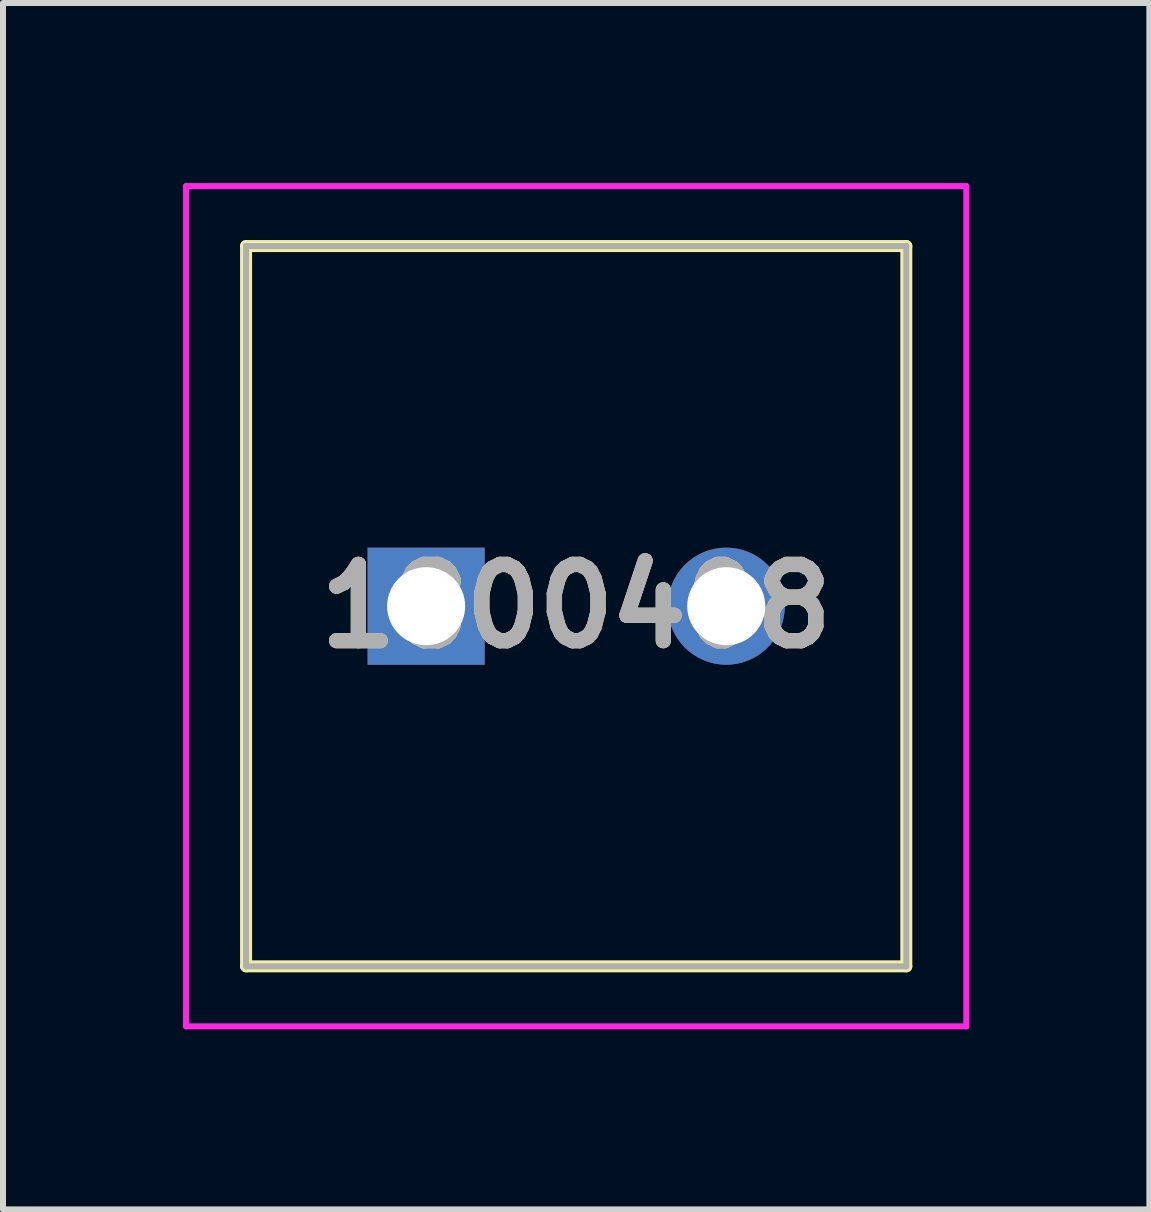
<source format=kicad_pcb>
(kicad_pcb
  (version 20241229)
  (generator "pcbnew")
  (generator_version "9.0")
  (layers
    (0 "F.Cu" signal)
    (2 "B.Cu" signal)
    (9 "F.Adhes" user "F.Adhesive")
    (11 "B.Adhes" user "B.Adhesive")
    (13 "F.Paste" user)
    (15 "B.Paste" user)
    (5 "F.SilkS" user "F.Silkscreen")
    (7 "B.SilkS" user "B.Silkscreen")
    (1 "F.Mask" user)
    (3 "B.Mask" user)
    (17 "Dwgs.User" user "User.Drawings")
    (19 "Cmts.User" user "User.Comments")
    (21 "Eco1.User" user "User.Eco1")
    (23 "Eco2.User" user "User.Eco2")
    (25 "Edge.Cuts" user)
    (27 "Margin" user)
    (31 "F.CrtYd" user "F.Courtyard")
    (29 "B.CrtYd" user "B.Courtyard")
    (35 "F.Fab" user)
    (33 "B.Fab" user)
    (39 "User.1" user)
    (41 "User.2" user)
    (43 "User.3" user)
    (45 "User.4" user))
  (footprint "1800408"
    (layer "F.Cu")
    (at 4.05 7.05)
    (property "Reference" "1800408" (at 2.5 0 0) (layer "F.SilkS") (effects (font (size 1.27 1.27) (thickness 0.254))))
    (attr through_hole)
    (fp_line (start -3 -6) (end 8 -6) (stroke (width 0.2) (type solid)) (layer "F.SilkS"))
    (fp_line (start -3 6) (end -3 -6) (stroke (width 0.2) (type solid)) (layer "F.SilkS"))
    (fp_line (start 8 -6) (end 8 6) (stroke (width 0.2) (type solid)) (layer "F.SilkS"))
    (fp_line (start 8 6) (end -3 6) (stroke (width 0.2) (type solid)) (layer "F.SilkS"))
    (fp_line (start -4 -7) (end 9 -7) (stroke (width 0.1) (type solid)) (layer "F.CrtYd"))
    (fp_line (start -4 7) (end -4 -7) (stroke (width 0.1) (type solid)) (layer "F.CrtYd"))
    (fp_line (start 9 -7) (end 9 7) (stroke (width 0.1) (type solid)) (layer "F.CrtYd"))
    (fp_line (start 9 7) (end -4 7) (stroke (width 0.1) (type solid)) (layer "F.CrtYd"))
    (fp_line (start -3 -6) (end -3 6) (stroke (width 0.1) (type solid)) (layer "F.Fab"))
    (fp_line (start -3 6) (end 8 6) (stroke (width 0.1) (type solid)) (layer "F.Fab"))
    (fp_line (start 8 -6) (end -3 -6) (stroke (width 0.1) (type solid)) (layer "F.Fab"))
    (fp_line (start 8 6) (end 8 -6) (stroke (width 0.1) (type solid)) (layer "F.Fab"))
    (fp_text user "${REFERENCE}" (at 2.5 0 0) (layer "F.Fab") (effects (font (size 1.27 1.27) (thickness 0.254))))
    (pad "1" thru_hole rect (at 0 0) (size 1.95 1.95) (drill 1.3) (layers "*.Cu" "*.Mask"))
    (pad "2" thru_hole circle (at 5 0) (size 1.95 1.95) (drill 1.3) (layers "*.Cu" "*.Mask")))
  (gr_rect
    (start -3 -3)
    (end 16.1 17.1)
    (stroke (width 0.1) (type default))
    (fill no)
    (layer "Edge.Cuts")))
</source>
